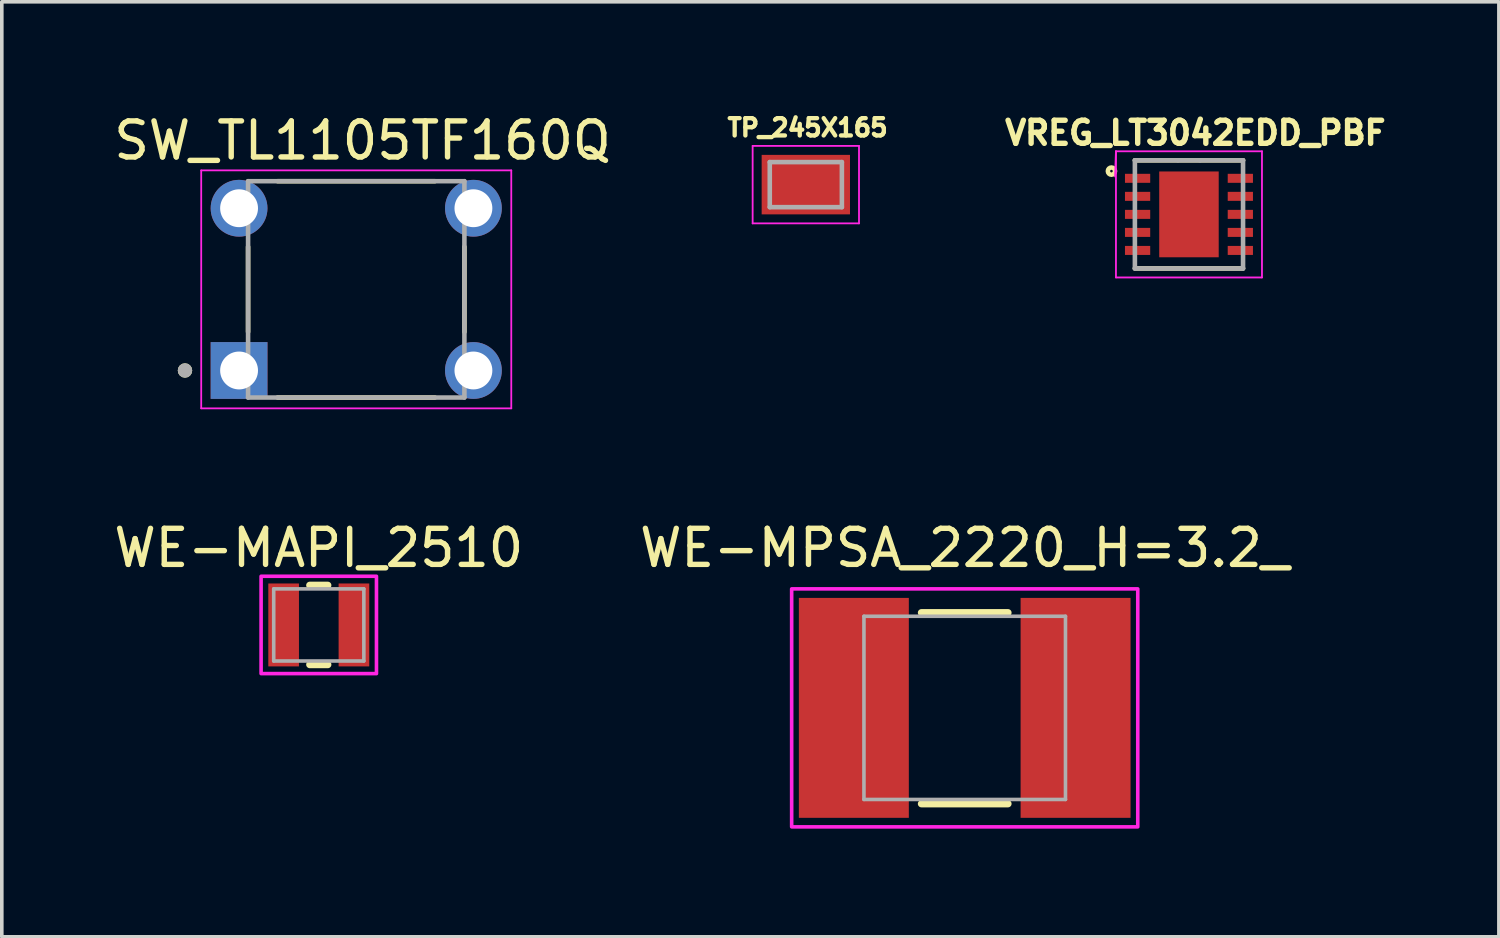
<source format=kicad_pcb>
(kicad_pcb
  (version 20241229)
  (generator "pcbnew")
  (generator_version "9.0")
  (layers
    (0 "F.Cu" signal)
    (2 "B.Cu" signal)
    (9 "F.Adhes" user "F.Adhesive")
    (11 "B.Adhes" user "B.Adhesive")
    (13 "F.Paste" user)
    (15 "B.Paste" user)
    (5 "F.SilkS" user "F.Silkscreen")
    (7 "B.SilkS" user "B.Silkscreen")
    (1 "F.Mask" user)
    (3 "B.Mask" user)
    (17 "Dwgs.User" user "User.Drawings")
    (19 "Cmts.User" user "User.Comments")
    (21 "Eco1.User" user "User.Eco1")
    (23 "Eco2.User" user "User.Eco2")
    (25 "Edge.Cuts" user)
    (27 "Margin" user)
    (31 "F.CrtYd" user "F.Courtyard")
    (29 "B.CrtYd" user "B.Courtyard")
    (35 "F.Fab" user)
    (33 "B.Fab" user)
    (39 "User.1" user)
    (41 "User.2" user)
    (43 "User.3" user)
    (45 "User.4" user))
  (footprint "WE-MAPI_2510"
    (layer "F.Cu")
    (at 5.792 14.284)
    (property "Reference" "WE-MAPI_2510" (at 0 -2.135 0) (layer "F.SilkS") (effects (font (size 1 1) (thickness 0.15))))
    (attr smd)
    (fp_line (start -0.25 -1.1) (end 0.25 -1.1) (stroke (width 0.2) (type solid)) (layer "F.SilkS"))
    (fp_line (start -0.25 1.1) (end 0.25 1.1) (stroke (width 0.2) (type solid)) (layer "F.SilkS"))
    (fp_poly (pts (xy -1.6 -1.35) (xy 1.6 -1.35) (xy 1.6 1.35) (xy -1.6 1.35)) (stroke (width 0.1) (type solid)) (fill no) (layer "F.CrtYd"))
    (fp_line (start -1.25 1) (end -1.25 -1) (stroke (width 0.1) (type solid)) (layer "F.Fab"))
    (fp_line (start 1.25 -1) (end -1.25 -1) (stroke (width 0.1) (type solid)) (layer "F.Fab"))
    (fp_line (start 1.25 -1) (end 1.25 1) (stroke (width 0.1) (type solid)) (layer "F.Fab"))
    (fp_line (start 1.25 1) (end -1.25 1) (stroke (width 0.1) (type solid)) (layer "F.Fab"))
    (pad "1" smd rect (at -0.975 0) (size 0.85 2.3) (layers "F.Cu" "F.Mask" "F.Paste"))
    (pad "2" smd rect (at 0.975 0) (size 0.85 2.3) (layers "F.Cu" "F.Mask" "F.Paste"))
    (zone (net_name "") (layer "F.Cu") (hatch full 0.508) (connect_pads) (min_thickness 0.01) (filled_areas_thickness no) (keepout (tracks not_allowed) (vias not_allowed) (pads not_allowed) (copperpour not_allowed) (footprints allowed)) (placement (enabled no)) (fill) (polygon (pts (xy 5.242 13.134) (xy 6.342 13.134) (xy 6.342 15.434) (xy 5.242 15.434))))
    (zone (net_name "") (layers "F.Cu" "B.Cu") (hatch full 0.508) (connect_pads) (min_thickness 0.01) (filled_areas_thickness no) (keepout (tracks allowed) (vias not_allowed) (pads allowed) (copperpour allowed) (footprints allowed)) (placement (enabled no)) (fill) (polygon (pts (xy 5.242 13.134) (xy 6.342 13.134) (xy 6.342 15.434) (xy 5.242 15.434)))))
  (footprint "TP_245X165"
    (layer "F.Cu")
    (at 19.301 2.071)
    (property "Reference" "TP_245X165" (at 0.049 -1.58 0) (layer "F.SilkS") (effects (font (size 0.48 0.48) (thickness 0.12))))
    (attr smd)
    (fp_line (start -1.475 -1.075) (end -1.475 1.075) (stroke (width 0.05) (type solid)) (layer "F.CrtYd"))
    (fp_line (start -1.475 1.075) (end 1.475 1.075) (stroke (width 0.05) (type solid)) (layer "F.CrtYd"))
    (fp_line (start 1.475 -1.075) (end -1.475 -1.075) (stroke (width 0.05) (type solid)) (layer "F.CrtYd"))
    (fp_line (start 1.475 1.075) (end 1.475 -1.075) (stroke (width 0.05) (type solid)) (layer "F.CrtYd"))
    (fp_line (start -1 -0.625) (end 1 -0.625) (stroke (width 0.127) (type solid)) (layer "F.Fab"))
    (fp_line (start -1 0.625) (end -1 -0.625) (stroke (width 0.127) (type solid)) (layer "F.Fab"))
    (fp_line (start 1 -0.625) (end 1 0.625) (stroke (width 0.127) (type solid)) (layer "F.Fab"))
    (fp_line (start 1 0.625) (end -1 0.625) (stroke (width 0.127) (type solid)) (layer "F.Fab"))
    (pad "1" smd rect (at 0 0) (size 2.45 1.65) (layers "F.Cu" "F.Mask" "F.Paste")))
  (footprint "VREG_LT3042EDD_PBF"
    (layer "F.Cu")
    (at 29.928 2.896)
    (property "Reference" "VREG_LT3042EDD_PBF" (at 0.178 -2.259 0) (layer "F.SilkS") (effects (font (size 0.64 0.64) (thickness 0.15))))
    (attr smd)
    (fp_line (start -1.5 1.5) (end 1.5 1.5) (stroke (width 0.127) (type solid)) (layer "F.SilkS"))
    (fp_line (start 1.5 -1.5) (end -1.5 -1.5) (stroke (width 0.127) (type solid)) (layer "F.SilkS"))
    (fp_circle (center -2.15 -1.2) (end -2.05 -1.2) (stroke (width 0.127) (type solid)) (fill no) (layer "F.SilkS"))
    (fp_poly (pts (xy -0.58 -0.84) (xy 0.58 -0.84) (xy 0.58 0.84) (xy -0.58 0.84)) (stroke (width 0.01) (type solid)) (fill yes) (layer "F.Paste"))
    (fp_line (start -2.05 -1.05) (end -2.025 -1.75) (stroke (width 0.05) (type solid)) (layer "F.CrtYd"))
    (fp_line (start -2.025 -1.75) (end 2.025 -1.75) (stroke (width 0.05) (type solid)) (layer "F.CrtYd"))
    (fp_line (start -2.025 1.75) (end -2.025 -1.75) (stroke (width 0.05) (type solid)) (layer "F.CrtYd"))
    (fp_line (start 2.025 -1.75) (end 2.025 1.75) (stroke (width 0.05) (type solid)) (layer "F.CrtYd"))
    (fp_line (start 2.025 1.75) (end -2.025 1.75) (stroke (width 0.05) (type solid)) (layer "F.CrtYd"))
    (fp_line (start -1.5 -1.5) (end -1.5 1.5) (stroke (width 0.127) (type solid)) (layer "F.Fab"))
    (fp_line (start -1.5 1.5) (end 1.5 1.5) (stroke (width 0.127) (type solid)) (layer "F.Fab"))
    (fp_line (start -0.305 -1.5) (end -1.5 -1.5) (stroke (width 0.127) (type solid)) (layer "F.Fab"))
    (fp_line (start 0.305 -1.5) (end -0.305 -1.5) (stroke (width 0.127) (type solid)) (layer "F.Fab"))
    (fp_line (start 1.5 -1.5) (end 0.305 -1.5) (stroke (width 0.127) (type solid)) (layer "F.Fab"))
    (fp_line (start 1.5 1.5) (end 1.5 -1.5) (stroke (width 0.127) (type solid)) (layer "F.Fab"))
    (pad "1" smd rect (at -1.425 -1) (size 0.7 0.25) (layers "F.Cu" "F.Mask" "F.Paste"))
    (pad "2" smd rect (at -1.425 -0.5) (size 0.7 0.25) (layers "F.Cu" "F.Mask" "F.Paste"))
    (pad "3" smd rect (at -1.425 0) (size 0.7 0.25) (layers "F.Cu" "F.Mask" "F.Paste"))
    (pad "4" smd rect (at -1.425 0.5) (size 0.7 0.25) (layers "F.Cu" "F.Mask" "F.Paste"))
    (pad "5" smd rect (at -1.425 1) (size 0.7 0.25) (layers "F.Cu" "F.Mask" "F.Paste"))
    (pad "6" smd rect (at 1.425 1) (size 0.7 0.25) (layers "F.Cu" "F.Mask" "F.Paste"))
    (pad "7" smd rect (at 1.425 0.5) (size 0.7 0.25) (layers "F.Cu" "F.Mask" "F.Paste"))
    (pad "8" smd rect (at 1.425 0) (size 0.7 0.25) (layers "F.Cu" "F.Mask" "F.Paste"))
    (pad "9" smd rect (at 1.425 -0.5) (size 0.7 0.25) (layers "F.Cu" "F.Mask" "F.Paste"))
    (pad "10" smd rect (at 1.425 -1) (size 0.7 0.25) (layers "F.Cu" "F.Mask" "F.Paste"))
    (pad "11" smd rect (at 0 0) (size 1.65 2.38) (layers "F.Cu" "F.Mask")))
  (footprint "SW_TL1105TF160Q"
    (layer "F.Cu")
    (at 6.831 4.976)
    (property "Reference" "SW_TL1105TF160Q" (at 0.175 -4.128 0) (layer "F.SilkS") (effects (font (size 1 1) (thickness 0.15))))
    (attr through_hole)
    (fp_line (start -3 -1.18) (end -3 1.18) (stroke (width 0.127) (type solid)) (layer "F.SilkS"))
    (fp_line (start -2.18 -3) (end 2.18 -3) (stroke (width 0.127) (type solid)) (layer "F.SilkS"))
    (fp_line (start -2.18 3) (end 2.18 3) (stroke (width 0.127) (type solid)) (layer "F.SilkS"))
    (fp_line (start 3 -1.18) (end 3 1.18) (stroke (width 0.127) (type solid)) (layer "F.SilkS"))
    (fp_circle (center -4.75 2.25) (end -4.65 2.25) (stroke (width 0.2) (type solid)) (fill no) (layer "F.SilkS"))
    (fp_line (start -4.3 -3.3) (end -4.3 3.3) (stroke (width 0.05) (type solid)) (layer "F.CrtYd"))
    (fp_line (start -4.3 3.3) (end 4.3 3.3) (stroke (width 0.05) (type solid)) (layer "F.CrtYd"))
    (fp_line (start 4.3 -3.3) (end -4.3 -3.3) (stroke (width 0.05) (type solid)) (layer "F.CrtYd"))
    (fp_line (start 4.3 3.3) (end 4.3 -3.3) (stroke (width 0.05) (type solid)) (layer "F.CrtYd"))
    (fp_line (start -3 -3) (end -3 3) (stroke (width 0.127) (type solid)) (layer "F.Fab"))
    (fp_line (start -3 3) (end 3 3) (stroke (width 0.127) (type solid)) (layer "F.Fab"))
    (fp_line (start 3 -3) (end -3 -3) (stroke (width 0.127) (type solid)) (layer "F.Fab"))
    (fp_line (start 3 3) (end 3 -3) (stroke (width 0.127) (type solid)) (layer "F.Fab"))
    (fp_circle (center -4.75 2.25) (end -4.65 2.25) (stroke (width 0.2) (type solid)) (fill no) (layer "F.Fab"))
    (pad "1" thru_hole rect (at -3.25 2.25) (size 1.575 1.575) (drill 1.05) (layers "*.Cu" "*.Mask"))
    (pad "2" thru_hole circle (at 3.25 2.25) (size 1.575 1.575) (drill 1.05) (layers "*.Cu" "*.Mask"))
    (pad "3" thru_hole circle (at -3.25 -2.25) (size 1.575 1.575) (drill 1.05) (layers "*.Cu" "*.Mask"))
    (pad "4" thru_hole circle (at 3.25 -2.25) (size 1.575 1.575) (drill 1.05) (layers "*.Cu" "*.Mask")))
  (footprint "WE-MPSA_2220_H=3.2_"
    (layer "F.Cu")
    (at 23.708 16.584)
    (property "Reference" "WE-MPSA_2220_H=3.2_" (at 0 -4.435 0) (layer "F.SilkS") (effects (font (size 1 1) (thickness 0.15))))
    (attr smd)
    (fp_line (start -1.2 -2.64) (end 1.2 -2.64) (stroke (width 0.2) (type solid)) (layer "F.SilkS"))
    (fp_line (start -1.2 2.66) (end 1.2 2.66) (stroke (width 0.2) (type solid)) (layer "F.SilkS"))
    (fp_poly (pts (xy -4.8 -3.3) (xy 4.8 -3.3) (xy 4.8 3.3) (xy -4.8 3.3)) (stroke (width 0.1) (type solid)) (fill no) (layer "F.CrtYd"))
    (fp_line (start -2.795 -2.54) (end 2.795 -2.54) (stroke (width 0.1) (type solid)) (layer "F.Fab"))
    (fp_line (start -2.795 2.54) (end -2.795 -2.54) (stroke (width 0.1) (type solid)) (layer "F.Fab"))
    (fp_line (start 2.795 -2.54) (end 2.795 2.54) (stroke (width 0.1) (type solid)) (layer "F.Fab"))
    (fp_line (start 2.795 2.54) (end -2.795 2.54) (stroke (width 0.1) (type solid)) (layer "F.Fab"))
    (pad "1" smd rect (at -3.075 0) (size 3.05 6.1) (layers "F.Cu" "F.Mask" "F.Paste"))
    (pad "2" smd rect (at 3.075 0) (size 3.05 6.1) (layers "F.Cu" "F.Mask" "F.Paste")))
  (gr_rect
    (start -3 -3)
    (end 38.524 22.934)
    (stroke (width 0.1) (type default))
    (fill no)
    (layer "Edge.Cuts")))
</source>
